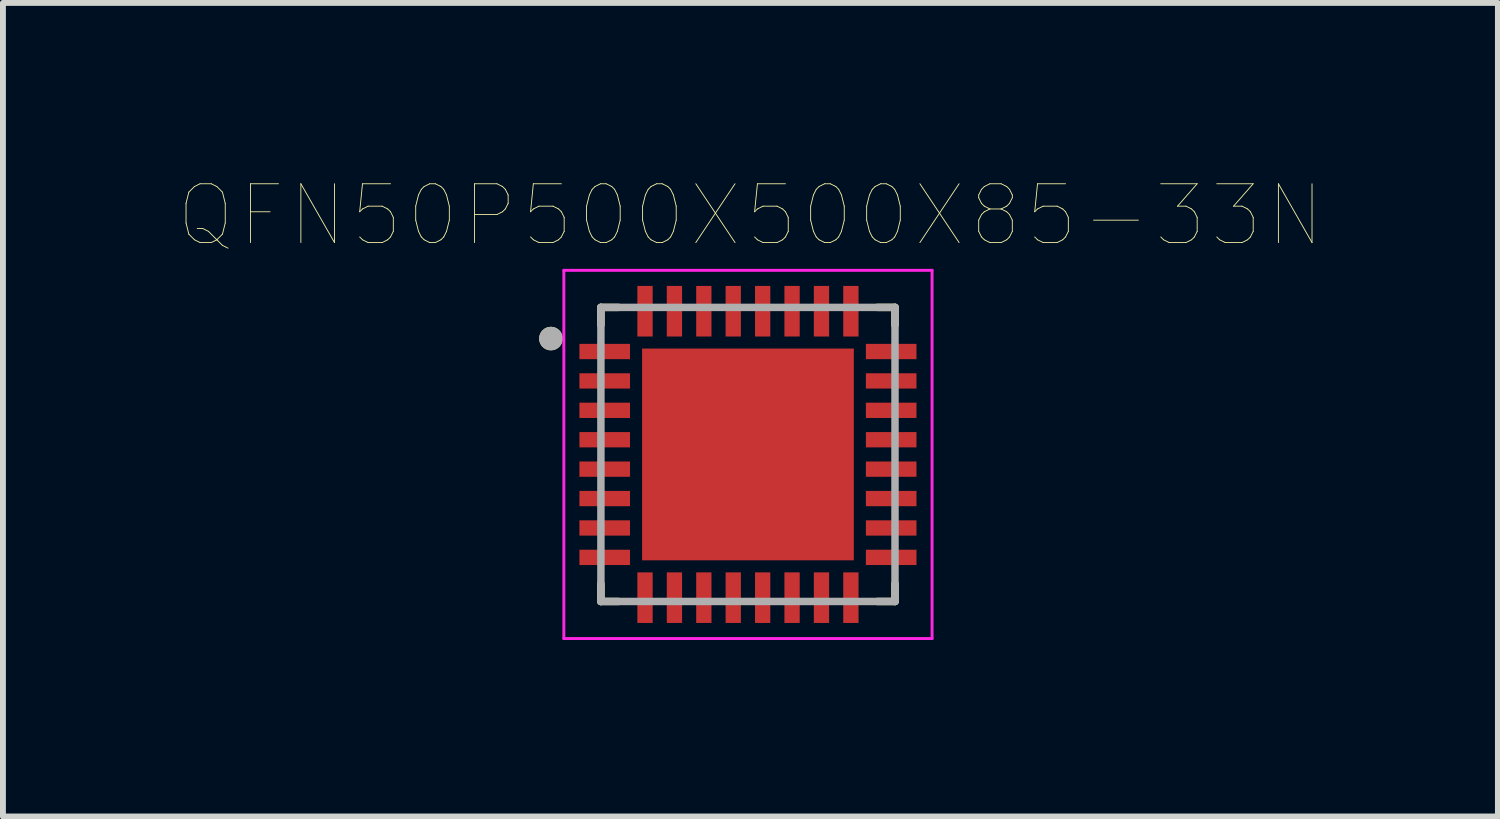
<source format=kicad_pcb>
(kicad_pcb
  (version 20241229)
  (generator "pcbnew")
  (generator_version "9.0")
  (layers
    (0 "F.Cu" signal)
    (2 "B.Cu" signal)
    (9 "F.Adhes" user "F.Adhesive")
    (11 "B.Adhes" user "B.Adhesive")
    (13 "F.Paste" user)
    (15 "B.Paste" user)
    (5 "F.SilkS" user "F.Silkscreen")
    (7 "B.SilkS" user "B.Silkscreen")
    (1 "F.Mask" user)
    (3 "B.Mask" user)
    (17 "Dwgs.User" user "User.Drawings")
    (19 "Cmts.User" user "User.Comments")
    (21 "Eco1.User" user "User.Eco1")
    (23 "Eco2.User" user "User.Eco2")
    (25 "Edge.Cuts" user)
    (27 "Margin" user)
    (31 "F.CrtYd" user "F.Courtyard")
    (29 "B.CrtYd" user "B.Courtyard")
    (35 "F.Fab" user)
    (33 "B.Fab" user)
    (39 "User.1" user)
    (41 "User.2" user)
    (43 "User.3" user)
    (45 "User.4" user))
  (footprint "QFN50P500X500X85-33N"
    (layer "F.Cu")
    (at 9.666 4.676)
    (property "Reference" "QFN50P500X500X85-33N" (at 0.042 -4.064 0) (layer "F.SilkS") (effects (font (size 1 1) (thickness 0.015))))
    (attr through_hole)
    (fp_line (start -2.5 -2.5) (end -2.5 -2.2) (stroke (width 0.127) (type solid)) (layer "F.SilkS"))
    (fp_line (start -2.5 2.2) (end -2.5 2.5) (stroke (width 0.127) (type solid)) (layer "F.SilkS"))
    (fp_line (start -2.5 2.5) (end -2.2 2.5) (stroke (width 0.127) (type solid)) (layer "F.SilkS"))
    (fp_line (start -2.2 -2.5) (end -2.5 -2.5) (stroke (width 0.127) (type solid)) (layer "F.SilkS"))
    (fp_line (start 2.2 2.5) (end 2.5 2.5) (stroke (width 0.127) (type solid)) (layer "F.SilkS"))
    (fp_line (start 2.5 -2.5) (end 2.2 -2.5) (stroke (width 0.127) (type solid)) (layer "F.SilkS"))
    (fp_line (start 2.5 -2.2) (end 2.5 -2.5) (stroke (width 0.127) (type solid)) (layer "F.SilkS"))
    (fp_line (start 2.5 2.5) (end 2.5 2.2) (stroke (width 0.127) (type solid)) (layer "F.SilkS"))
    (fp_circle (center -3.35 -1.97) (end -3.25 -1.97) (stroke (width 0.2) (type solid)) (fill no) (layer "F.SilkS"))
    (fp_poly (pts (xy -1.15 -1.15) (xy 1.15 -1.15) (xy 1.15 1.15) (xy -1.15 1.15)) (stroke (width 0.01) (type solid)) (fill yes) (layer "F.Paste"))
    (fp_line (start -3.13 -3.13) (end 3.13 -3.13) (stroke (width 0.05) (type solid)) (layer "F.CrtYd"))
    (fp_line (start -3.13 3.13) (end -3.13 -3.13) (stroke (width 0.05) (type solid)) (layer "F.CrtYd"))
    (fp_line (start 3.13 -3.13) (end 3.13 3.13) (stroke (width 0.05) (type solid)) (layer "F.CrtYd"))
    (fp_line (start 3.13 3.13) (end -3.13 3.13) (stroke (width 0.05) (type solid)) (layer "F.CrtYd"))
    (fp_line (start -2.5 -2.5) (end 2.5 -2.5) (stroke (width 0.127) (type solid)) (layer "F.Fab"))
    (fp_line (start -2.5 2.5) (end -2.5 -2.5) (stroke (width 0.127) (type solid)) (layer "F.Fab"))
    (fp_line (start 2.5 -2.5) (end 2.5 2.5) (stroke (width 0.127) (type solid)) (layer "F.Fab"))
    (fp_line (start 2.5 2.5) (end -2.5 2.5) (stroke (width 0.127) (type solid)) (layer "F.Fab"))
    (fp_circle (center -3.35 -1.97) (end -3.25 -1.97) (stroke (width 0.2) (type solid)) (fill no) (layer "F.Fab"))
    (pad "1" smd rect (at -2.435 -1.75) (size 0.86 0.26) (layers "F.Cu" "F.Mask" "F.Paste"))
    (pad "2" smd rect (at -2.435 -1.25) (size 0.86 0.26) (layers "F.Cu" "F.Mask" "F.Paste"))
    (pad "3" smd rect (at -2.435 -0.75) (size 0.86 0.26) (layers "F.Cu" "F.Mask" "F.Paste"))
    (pad "4" smd rect (at -2.435 -0.25) (size 0.86 0.26) (layers "F.Cu" "F.Mask" "F.Paste"))
    (pad "5" smd rect (at -2.435 0.25) (size 0.86 0.26) (layers "F.Cu" "F.Mask" "F.Paste"))
    (pad "6" smd rect (at -2.435 0.75) (size 0.86 0.26) (layers "F.Cu" "F.Mask" "F.Paste"))
    (pad "7" smd rect (at -2.435 1.25) (size 0.86 0.26) (layers "F.Cu" "F.Mask" "F.Paste"))
    (pad "8" smd rect (at -2.435 1.75) (size 0.86 0.26) (layers "F.Cu" "F.Mask" "F.Paste"))
    (pad "9" smd rect (at -1.75 2.435) (size 0.26 0.86) (layers "F.Cu" "F.Mask" "F.Paste"))
    (pad "10" smd rect (at -1.25 2.435) (size 0.26 0.86) (layers "F.Cu" "F.Mask" "F.Paste"))
    (pad "11" smd rect (at -0.75 2.435) (size 0.26 0.86) (layers "F.Cu" "F.Mask" "F.Paste"))
    (pad "12" smd rect (at -0.25 2.435) (size 0.26 0.86) (layers "F.Cu" "F.Mask" "F.Paste"))
    (pad "13" smd rect (at 0.25 2.435) (size 0.26 0.86) (layers "F.Cu" "F.Mask" "F.Paste"))
    (pad "14" smd rect (at 0.75 2.435) (size 0.26 0.86) (layers "F.Cu" "F.Mask" "F.Paste"))
    (pad "15" smd rect (at 1.25 2.435) (size 0.26 0.86) (layers "F.Cu" "F.Mask" "F.Paste"))
    (pad "16" smd rect (at 1.75 2.435) (size 0.26 0.86) (layers "F.Cu" "F.Mask" "F.Paste"))
    (pad "17" smd rect (at 2.435 1.75) (size 0.86 0.26) (layers "F.Cu" "F.Mask" "F.Paste"))
    (pad "18" smd rect (at 2.435 1.25) (size 0.86 0.26) (layers "F.Cu" "F.Mask" "F.Paste"))
    (pad "19" smd rect (at 2.435 0.75) (size 0.86 0.26) (layers "F.Cu" "F.Mask" "F.Paste"))
    (pad "20" smd rect (at 2.435 0.25) (size 0.86 0.26) (layers "F.Cu" "F.Mask" "F.Paste"))
    (pad "21" smd rect (at 2.435 -0.25) (size 0.86 0.26) (layers "F.Cu" "F.Mask" "F.Paste"))
    (pad "22" smd rect (at 2.435 -0.75) (size 0.86 0.26) (layers "F.Cu" "F.Mask" "F.Paste"))
    (pad "23" smd rect (at 2.435 -1.25) (size 0.86 0.26) (layers "F.Cu" "F.Mask" "F.Paste"))
    (pad "24" smd rect (at 2.435 -1.75) (size 0.86 0.26) (layers "F.Cu" "F.Mask" "F.Paste"))
    (pad "25" smd rect (at 1.75 -2.435) (size 0.26 0.86) (layers "F.Cu" "F.Mask" "F.Paste"))
    (pad "26" smd rect (at 1.25 -2.435) (size 0.26 0.86) (layers "F.Cu" "F.Mask" "F.Paste"))
    (pad "27" smd rect (at 0.75 -2.435) (size 0.26 0.86) (layers "F.Cu" "F.Mask" "F.Paste"))
    (pad "28" smd rect (at 0.25 -2.435) (size 0.26 0.86) (layers "F.Cu" "F.Mask" "F.Paste"))
    (pad "29" smd rect (at -0.25 -2.435) (size 0.26 0.86) (layers "F.Cu" "F.Mask" "F.Paste"))
    (pad "30" smd rect (at -0.75 -2.435) (size 0.26 0.86) (layers "F.Cu" "F.Mask" "F.Paste"))
    (pad "31" smd rect (at -1.25 -2.435) (size 0.26 0.86) (layers "F.Cu" "F.Mask" "F.Paste"))
    (pad "32" smd rect (at -1.75 -2.435) (size 0.26 0.86) (layers "F.Cu" "F.Mask" "F.Paste"))
    (pad "33" smd rect (at 0 0) (size 3.6 3.6) (layers "F.Cu" "F.Mask")))
  (gr_rect
    (start -3 -3)
    (end 22.416 10.831)
    (stroke (width 0.1) (type default))
    (fill no)
    (layer "Edge.Cuts")))
</source>
